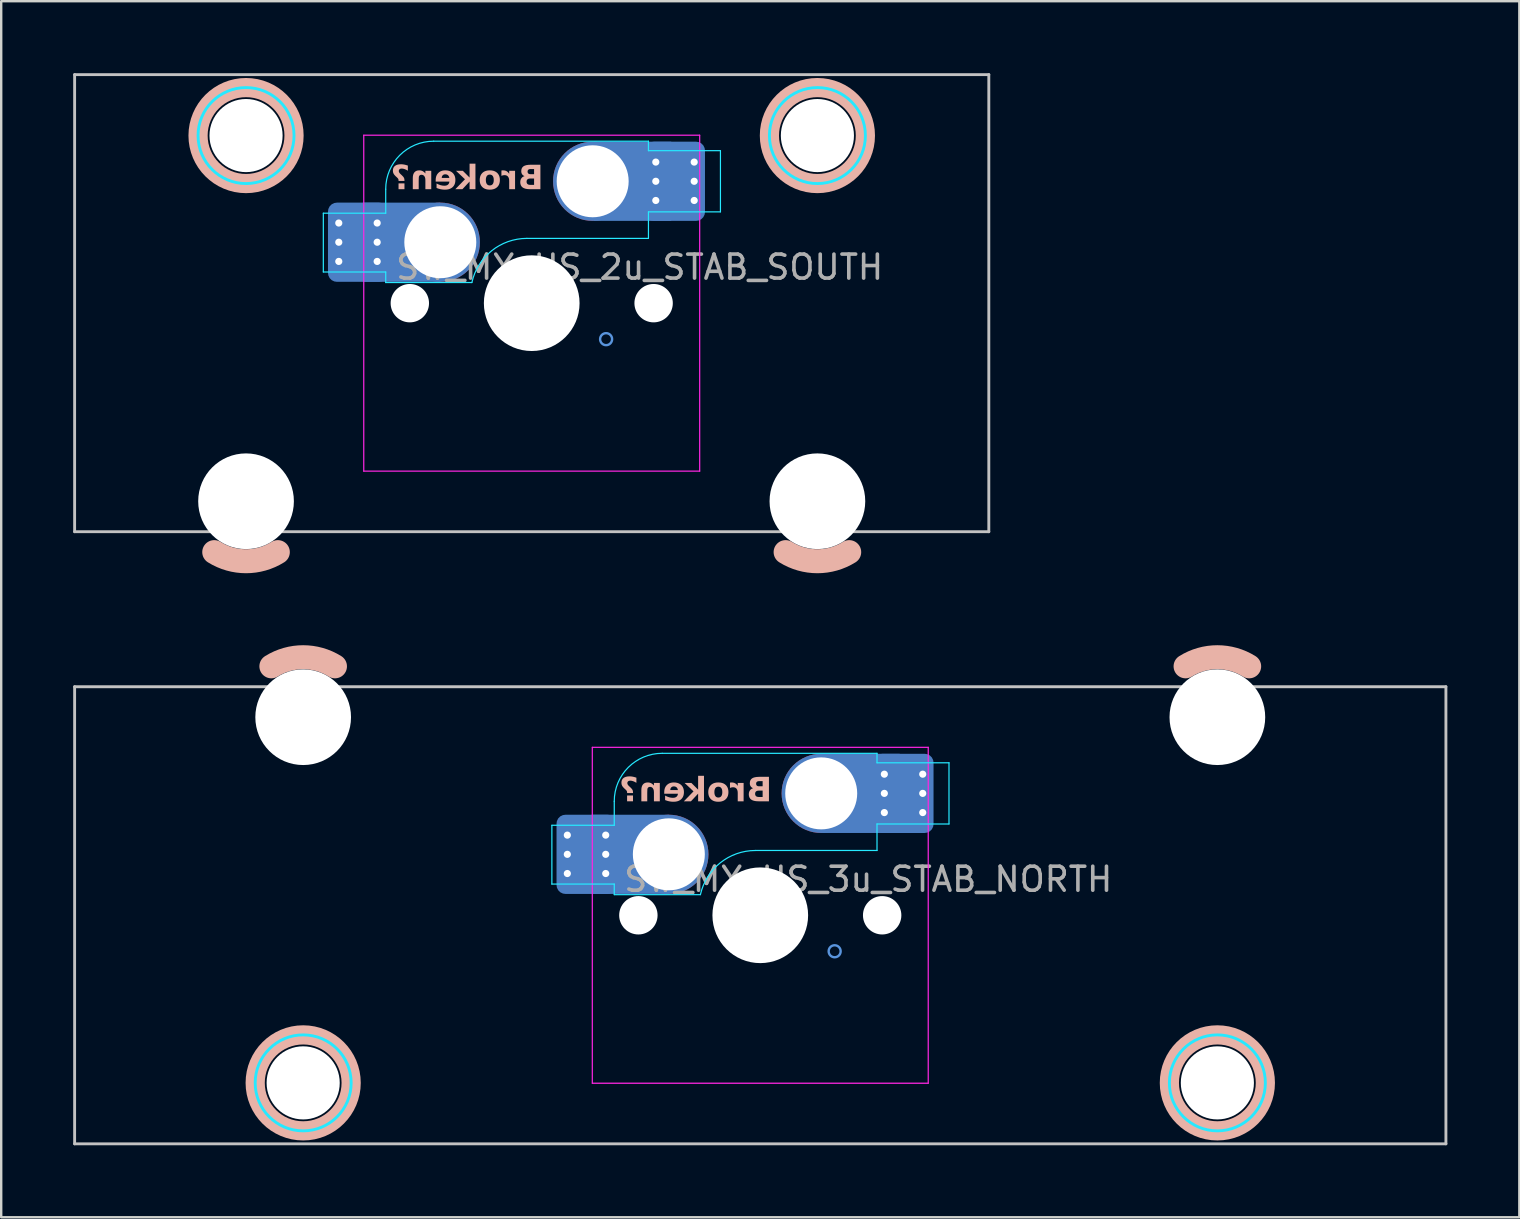
<source format=kicad_pcb>
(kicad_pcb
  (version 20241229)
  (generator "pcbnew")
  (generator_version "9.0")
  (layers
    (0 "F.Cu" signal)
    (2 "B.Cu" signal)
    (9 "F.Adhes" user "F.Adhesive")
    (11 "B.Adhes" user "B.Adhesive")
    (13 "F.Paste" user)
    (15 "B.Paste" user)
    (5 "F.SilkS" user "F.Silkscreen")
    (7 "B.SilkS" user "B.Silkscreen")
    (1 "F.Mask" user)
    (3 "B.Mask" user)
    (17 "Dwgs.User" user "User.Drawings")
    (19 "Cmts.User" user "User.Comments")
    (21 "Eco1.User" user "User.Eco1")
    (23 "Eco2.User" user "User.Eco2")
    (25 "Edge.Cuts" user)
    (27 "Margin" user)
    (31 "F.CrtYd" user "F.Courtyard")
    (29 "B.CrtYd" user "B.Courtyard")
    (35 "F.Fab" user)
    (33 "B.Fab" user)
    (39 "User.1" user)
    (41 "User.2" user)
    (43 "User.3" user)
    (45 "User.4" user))
  (footprint "SW_MX_HS_3u_STAB_NORTH"
    (layer "F.Cu")
    (at 28.635 35.095)
    (property "Reference" "SW_MX_HS_3u_STAB_NORTH" (at 4.5 -1.5 0) (layer "F.Fab") (effects (font (size 1 1) (thickness 0.15))))
    (attr smd)
    (fp_arc (start -20.374998 -10.374995) (mid -19.05 -10.755) (end -17.725002 -10.374995) (stroke (width 1) (type default)) (layer "B.SilkS"))
    (fp_arc (start 17.725002 -10.374995) (mid 19.05 -10.755) (end 20.374998 -10.374995) (stroke (width 1) (type default)) (layer "B.SilkS"))
    (fp_circle (center -19.05 6.985) (end -17.05 6.985) (stroke (width 0.8) (type solid)) (fill no) (layer "B.SilkS"))
    (fp_circle (center 19.05 6.985) (end 21.05 6.985) (stroke (width 0.8) (type solid)) (fill no) (layer "B.SilkS"))
    (fp_line (start -28.575 9.525) (end -28.575 -9.525) (stroke (width 0.12) (type solid)) (layer "Dwgs.User"))
    (fp_line (start 28.575 -9.525) (end -28.575 -9.525) (stroke (width 0.12) (type solid)) (layer "Dwgs.User"))
    (fp_line (start 28.575 9.525) (end -28.575 9.525) (stroke (width 0.12) (type solid)) (layer "Dwgs.User"))
    (fp_line (start 28.575 9.525) (end 28.575 -9.525) (stroke (width 0.12) (type solid)) (layer "Dwgs.User"))
    (fp_circle (center -3.81 -2.54) (end -3.81 -3.04) (stroke (width 0.1) (type default)) (fill no) (layer "Cmts.User"))
    (fp_circle (center 0 0) (end 0 1) (stroke (width 0.1) (type default)) (fill no) (layer "Cmts.User"))
    (fp_circle (center 2.54 -5.08) (end 2.54 -5.58) (stroke (width 0.1) (type default)) (fill no) (layer "Cmts.User"))
    (fp_circle (center 3.1 1.5) (end 3.35 1.5) (stroke (width 0.1) (type default)) (fill no) (layer "Cmts.User"))
    (fp_line (start -22.424 5.5) (end -22.425 -7.5) (stroke (width 0.05) (type solid)) (layer "Eco2.User"))
    (fp_line (start -16.175 -8) (end -21.925 -8) (stroke (width 0.05) (type solid)) (layer "Eco2.User"))
    (fp_line (start -16.175 6) (end -21.924 6) (stroke (width 0.05) (type solid)) (layer "Eco2.User"))
    (fp_line (start -15.675 5.5) (end -15.675 -7.5) (stroke (width 0.05) (type solid)) (layer "Eco2.User"))
    (fp_line (start -7 6.5) (end -7 -6.5) (stroke (width 0.05) (type solid)) (layer "Eco2.User"))
    (fp_line (start -6.5 -7) (end 6.5 -7) (stroke (width 0.05) (type solid)) (layer "Eco2.User"))
    (fp_line (start 6.5 7) (end -6.5 7) (stroke (width 0.05) (type solid)) (layer "Eco2.User"))
    (fp_line (start 7 -6.5) (end 7 6.5) (stroke (width 0.05) (type solid)) (layer "Eco2.User"))
    (fp_line (start 15.675 5.5) (end 15.675 -7.5) (stroke (width 0.05) (type solid)) (layer "Eco2.User"))
    (fp_line (start 21.925 -8) (end 16.175 -8) (stroke (width 0.05) (type solid)) (layer "Eco2.User"))
    (fp_line (start 21.925 6) (end 16.175 6) (stroke (width 0.05) (type solid)) (layer "Eco2.User"))
    (fp_line (start 22.425 5.5) (end 22.425 -7.5) (stroke (width 0.05) (type solid)) (layer "Eco2.User"))
    (fp_arc (start -22.425 -7.500001) (mid -22.278553 -7.853554) (end -21.925 -8.000001) (stroke (width 0.05) (type solid)) (layer "Eco2.User"))
    (fp_arc (start -21.923789 5.999999) (mid -22.277347 5.853557) (end -22.423789 5.499999) (stroke (width 0.05) (type solid)) (layer "Eco2.User"))
    (fp_arc (start -16.175 -8.000001) (mid -15.821447 -7.853554) (end -15.675 -7.500001) (stroke (width 0.05) (type solid)) (layer "Eco2.User"))
    (fp_arc (start -15.675 5.499999) (mid -15.821446 5.853553) (end -16.175 5.999999) (stroke (width 0.05) (type solid)) (layer "Eco2.User"))
    (fp_arc (start -7 -6.5) (mid -6.853553 -6.853553) (end -6.5 -7) (stroke (width 0.05) (type solid)) (layer "Eco2.User"))
    (fp_arc (start -6.5 7) (mid -6.853553 6.853553) (end -7 6.5) (stroke (width 0.05) (type solid)) (layer "Eco2.User"))
    (fp_arc (start 6.5 -7) (mid 6.853553 -6.853553) (end 7 -6.5) (stroke (width 0.05) (type solid)) (layer "Eco2.User"))
    (fp_arc (start 6.997236 6.498884) (mid 6.850805 6.852453) (end 6.497236 6.998884) (stroke (width 0.05) (type solid)) (layer "Eco2.User"))
    (fp_arc (start 15.675 -7.500001) (mid 15.821447 -7.853554) (end 16.175 -8.000001) (stroke (width 0.05) (type solid)) (layer "Eco2.User"))
    (fp_arc (start 16.175 5.999999) (mid 15.821447 5.853552) (end 15.675 5.499999) (stroke (width 0.05) (type solid)) (layer "Eco2.User"))
    (fp_arc (start 21.925 -8.000001) (mid 22.278553 -7.853554) (end 22.425 -7.500001) (stroke (width 0.05) (type solid)) (layer "Eco2.User"))
    (fp_arc (start 22.425 5.499999) (mid 22.278553 5.853552) (end 21.925 5.999999) (stroke (width 0.05) (type solid)) (layer "Eco2.User"))
    (fp_line (start -8.685 -3.75) (end -8.685 -1.3) (stroke (width 0.05) (type solid)) (layer "B.CrtYd"))
    (fp_line (start -8.685 -1.3) (end -6.085 -1.3) (stroke (width 0.05) (type solid)) (layer "B.CrtYd"))
    (fp_line (start -6.085 -3.75) (end -8.685 -3.75) (stroke (width 0.05) (type solid)) (layer "B.CrtYd"))
    (fp_line (start -6.085 -3.75) (end -6.085 -4.75) (stroke (width 0.05) (type solid)) (layer "B.CrtYd"))
    (fp_line (start -6.085 -1.3) (end -6.085 -0.86) (stroke (width 0.05) (type solid)) (layer "B.CrtYd"))
    (fp_line (start -6.085 -0.86) (end -2.494 -0.86) (stroke (width 0.05) (type solid)) (layer "B.CrtYd"))
    (fp_line (start -4.085 -6.75) (end 4.865 -6.75) (stroke (width 0.05) (type solid)) (layer "B.CrtYd"))
    (fp_line (start 4.865 -6.75) (end 4.865 -6.355) (stroke (width 0.05) (type solid)) (layer "B.CrtYd"))
    (fp_line (start 4.865 -6.355) (end 7.865 -6.355) (stroke (width 0.05) (type solid)) (layer "B.CrtYd"))
    (fp_line (start 4.865 -3.805) (end 4.865 -2.7) (stroke (width 0.05) (type solid)) (layer "B.CrtYd"))
    (fp_line (start 4.865 -3.805) (end 7.865 -3.805) (stroke (width 0.05) (type solid)) (layer "B.CrtYd"))
    (fp_line (start 4.865 -2.7) (end -0.2 -2.7) (stroke (width 0.05) (type solid)) (layer "B.CrtYd"))
    (fp_line (start 7.865 -3.805) (end 7.865 -6.355) (stroke (width 0.05) (type solid)) (layer "B.CrtYd"))
    (fp_arc (start -6.085176 -4.75022) (mid -5.49939 -6.164434) (end -4.085176 -6.75022) (stroke (width 0.05) (type solid)) (layer "B.CrtYd"))
    (fp_arc (start -2.494322 -0.86022) (mid -1.670503 -2.183399) (end -0.2 -2.70022) (stroke (width 0.05) (type solid)) (layer "B.CrtYd"))
    (fp_circle (center -19.05 6.985) (end -21.05 6.985) (stroke (width 0.12) (type solid)) (fill no) (layer "B.CrtYd"))
    (fp_circle (center 19.05 6.985) (end 17.05 6.985) (stroke (width 0.12) (type solid)) (fill no) (layer "B.CrtYd"))
    (fp_line (start -7 -7) (end -7 7) (stroke (width 0.05) (type solid)) (layer "F.CrtYd"))
    (fp_line (start -7 7) (end 7 7) (stroke (width 0.05) (type solid)) (layer "F.CrtYd"))
    (fp_line (start 7 -7) (end -7 -7) (stroke (width 0.05) (type solid)) (layer "F.CrtYd"))
    (fp_line (start 7 7) (end 7 -7) (stroke (width 0.05) (type solid)) (layer "F.CrtYd"))
    (fp_text user "Broken?" (at 0.49 -4.58 0) (unlocked yes) (layer "B.SilkS") (effects (font (face "Hitmo2.0") (size 1 1) (thickness 0.25) (bold yes)) (justify left bottom mirror)))
    (pad "" np_thru_hole circle (at -19.05 -8.255 180) (size 3.988 3.988) (drill 3.988) (layers "*.Cu" "*.Mask"))
    (pad "" np_thru_hole circle (at -19.05 6.985 180) (size 3.048 3.048) (drill 3.048) (layers "*.Cu" "*.Mask"))
    (pad "" np_thru_hole circle (at -5.08 0) (size 1.6 1.6) (drill 1.6) (layers "*.Cu" "*.Mask"))
    (pad "" np_thru_hole circle (at 0 0) (size 3.988 3.988) (drill 3.988) (layers "*.Cu" "*.Mask"))
    (pad "" np_thru_hole circle (at 5.08 0) (size 1.6 1.6) (drill 1.6) (layers "*.Cu" "*.Mask"))
    (pad "" np_thru_hole circle (at 19.05 -8.255 180) (size 3.988 3.988) (drill 3.988) (layers "*.Cu" "*.Mask"))
    (pad "" np_thru_hole circle (at 19.05 6.985 180) (size 3.048 3.048) (drill 3.048) (layers "*.Cu" "*.Mask"))
    (pad "1" thru_hole circle (at -8.041 -3.34 180) (size 0.6 0.6) (drill 0.3) (layers "*.Cu"))
    (pad "1" thru_hole circle (at -8.041 -2.54 180) (size 0.6 0.6) (drill 0.3) (layers "*.Cu"))
    (pad "1" thru_hole circle (at -8.041 -1.74 180) (size 0.6 0.6) (drill 0.3) (layers "*.Cu"))
    (pad "1" smd roundrect (at -7.241 -2.54 180) (size 2.2 3) (layers "B.Cu" "B.Mask" "B.Paste") (roundrect_rratio 0.114))
    (pad "1" smd roundrect (at -7.241 -2.54 180) (size 2.5 3.3) (layers "B.Cu") (roundrect_rratio 0.148))
    (pad "1" thru_hole circle (at -6.441 -3.34 180) (size 0.6 0.6) (drill 0.3) (layers "*.Cu"))
    (pad "1" thru_hole circle (at -6.441 -2.54 180) (size 0.6 0.6) (drill 0.3) (layers "*.Cu"))
    (pad "1" thru_hole circle (at -6.441 -1.74 180) (size 0.6 0.6) (drill 0.3) (layers "*.Cu"))
    (pad "1" smd rect (at -5.423 -2.54 180) (size 3.226 3.3) (layers "B.Cu"))
    (pad "1" thru_hole circle (at -3.81 -2.54 180) (size 3 3) (drill 3) (layers "*.Cu" "*.Mask"))
    (pad "1" smd circle (at -3.81 -2.54 180) (size 3.3 3.3) (layers "F.Cu"))
    (pad "1" smd circle (at -3.81 -2.54 180) (size 3.3 3.3) (layers "B.Cu"))
    (pad "2" thru_hole circle (at 2.54 -5.08) (size 3 3) (drill 3) (layers "*.Cu" "*.Mask"))
    (pad "2" smd circle (at 2.54 -5.08 180) (size 3.3 3.3) (layers "F.Cu"))
    (pad "2" smd circle (at 2.54 -5.08 180) (size 3.3 3.3) (layers "B.Cu"))
    (pad "2" smd rect (at 4.201 -5.08) (size 3.226 3.3) (layers "B.Cu"))
    (pad "2" thru_hole circle (at 5.171 -5.88) (size 0.6 0.6) (drill 0.3) (layers "*.Cu"))
    (pad "2" thru_hole circle (at 5.171 -5.08) (size 0.6 0.6) (drill 0.3) (layers "*.Cu"))
    (pad "2" thru_hole circle (at 5.171 -4.28) (size 0.6 0.6) (drill 0.3) (layers "*.Cu"))
    (pad "2" smd roundrect (at 5.971 -5.08) (size 2.2 3) (layers "B.Cu" "B.Mask" "B.Paste") (roundrect_rratio 0.114))
    (pad "2" smd roundrect (at 5.971 -5.08) (size 2.5 3.3) (layers "B.Cu") (roundrect_rratio 0.148))
    (pad "2" thru_hole circle (at 6.771 -5.88) (size 0.6 0.6) (drill 0.3) (layers "*.Cu"))
    (pad "2" thru_hole circle (at 6.771 -5.08) (size 0.6 0.6) (drill 0.3) (layers "*.Cu"))
    (pad "2" thru_hole circle (at 6.771 -4.28) (size 0.6 0.6) (drill 0.3) (layers "*.Cu")))
  (footprint "SW_MX_HS_2u_STAB_SOUTH"
    (layer "F.Cu")
    (at 19.11 9.585)
    (property "Reference" "SW_MX_HS_2u_STAB_SOUTH" (at 4.5 -1.5 0) (layer "F.Fab") (effects (font (size 1 1) (thickness 0.15))))
    (attr smd)
    (fp_arc (start -10.581252 10.374995) (mid -11.90625 10.755) (end -13.231248 10.374995) (stroke (width 1) (type default)) (layer "B.SilkS"))
    (fp_arc (start 13.231248 10.374995) (mid 11.90625 10.755) (end 10.581252 10.374995) (stroke (width 1) (type default)) (layer "B.SilkS"))
    (fp_circle (center -11.906 -6.985) (end -13.906 -6.985) (stroke (width 0.8) (type solid)) (fill no) (layer "B.SilkS"))
    (fp_circle (center 11.906 -6.985) (end 9.906 -6.985) (stroke (width 0.8) (type solid)) (fill no) (layer "B.SilkS"))
    (fp_line (start -19.05 -9.525) (end -19.05 9.525) (stroke (width 0.12) (type solid)) (layer "Dwgs.User"))
    (fp_line (start -19.05 -9.525) (end 19.05 -9.525) (stroke (width 0.12) (type solid)) (layer "Dwgs.User"))
    (fp_line (start -19.05 9.525) (end 19.05 9.525) (stroke (width 0.12) (type solid)) (layer "Dwgs.User"))
    (fp_line (start 19.05 -9.525) (end 19.05 9.525) (stroke (width 0.12) (type solid)) (layer "Dwgs.User"))
    (fp_circle (center -3.81 -2.54) (end -3.81 -3.04) (stroke (width 0.1) (type default)) (fill no) (layer "Cmts.User"))
    (fp_circle (center 2.54 -5.08) (end 2.54 -5.58) (stroke (width 0.1) (type default)) (fill no) (layer "Cmts.User"))
    (fp_circle (center 3.1 1.5) (end 3.35 1.5) (stroke (width 0.1) (type default)) (fill no) (layer "Cmts.User"))
    (fp_line (start -15.281 -5.5) (end -15.281 7.5) (stroke (width 0.05) (type solid)) (layer "Eco2.User"))
    (fp_line (start -14.781 -6) (end -9.031 -6) (stroke (width 0.05) (type solid)) (layer "Eco2.User"))
    (fp_line (start -14.781 8) (end -9.031 8) (stroke (width 0.05) (type solid)) (layer "Eco2.User"))
    (fp_line (start -8.531 -5.5) (end -8.531 7.5) (stroke (width 0.05) (type solid)) (layer "Eco2.User"))
    (fp_line (start -7 6.5) (end -7 -6.5) (stroke (width 0.05) (type solid)) (layer "Eco2.User"))
    (fp_line (start -6.5 -7) (end 6.5 -7) (stroke (width 0.05) (type solid)) (layer "Eco2.User"))
    (fp_line (start 6.5 7) (end -6.5 7) (stroke (width 0.05) (type solid)) (layer "Eco2.User"))
    (fp_line (start 7 -6.5) (end 7 6.5) (stroke (width 0.05) (type solid)) (layer "Eco2.User"))
    (fp_line (start 8.531 -5.5) (end 8.531 7.5) (stroke (width 0.05) (type solid)) (layer "Eco2.User"))
    (fp_line (start 9.031 -6) (end 14.78 -6) (stroke (width 0.05) (type solid)) (layer "Eco2.User"))
    (fp_line (start 9.031 8) (end 14.781 8) (stroke (width 0.05) (type solid)) (layer "Eco2.User"))
    (fp_line (start 15.28 -5.5) (end 15.281 7.5) (stroke (width 0.05) (type solid)) (layer "Eco2.User"))
    (fp_arc (start -15.28125 -5.499999) (mid -15.134803 -5.853552) (end -14.78125 -5.999999) (stroke (width 0.05) (type solid)) (layer "Eco2.User"))
    (fp_arc (start -14.78125 8.000001) (mid -15.134803 7.853554) (end -15.28125 7.500001) (stroke (width 0.05) (type solid)) (layer "Eco2.User"))
    (fp_arc (start -9.03125 -5.999999) (mid -8.677697 -5.853552) (end -8.53125 -5.499999) (stroke (width 0.05) (type solid)) (layer "Eco2.User"))
    (fp_arc (start -8.53125 7.500001) (mid -8.677697 7.853554) (end -9.03125 8.000001) (stroke (width 0.05) (type solid)) (layer "Eco2.User"))
    (fp_arc (start -7 -6.5) (mid -6.853553 -6.853553) (end -6.5 -7) (stroke (width 0.05) (type solid)) (layer "Eco2.User"))
    (fp_arc (start -6.5 7) (mid -6.853553 6.853553) (end -7 6.5) (stroke (width 0.05) (type solid)) (layer "Eco2.User"))
    (fp_arc (start 6.5 -7) (mid 6.853553 -6.853553) (end 7 -6.5) (stroke (width 0.05) (type solid)) (layer "Eco2.User"))
    (fp_arc (start 6.997236 6.498884) (mid 6.850805 6.852453) (end 6.497236 6.998884) (stroke (width 0.05) (type solid)) (layer "Eco2.User"))
    (fp_arc (start 8.53125 -5.499999) (mid 8.677685 -5.853564) (end 9.03125 -5.999999) (stroke (width 0.05) (type solid)) (layer "Eco2.User"))
    (fp_arc (start 9.03125 8.000001) (mid 8.677722 7.853529) (end 8.53125 7.500001) (stroke (width 0.05) (type solid)) (layer "Eco2.User"))
    (fp_arc (start 14.780039 -5.999999) (mid 15.133573 -5.853533) (end 15.280039 -5.499999) (stroke (width 0.05) (type solid)) (layer "Eco2.User"))
    (fp_arc (start 15.28125 7.500001) (mid 15.134813 7.853564) (end 14.78125 8.000001) (stroke (width 0.05) (type solid)) (layer "Eco2.User"))
    (fp_line (start -8.685 -3.75) (end -8.685 -1.3) (stroke (width 0.05) (type solid)) (layer "B.CrtYd"))
    (fp_line (start -8.685 -1.3) (end -6.085 -1.3) (stroke (width 0.05) (type solid)) (layer "B.CrtYd"))
    (fp_line (start -6.085 -3.75) (end -8.685 -3.75) (stroke (width 0.05) (type solid)) (layer "B.CrtYd"))
    (fp_line (start -6.085 -3.75) (end -6.085 -4.75) (stroke (width 0.05) (type solid)) (layer "B.CrtYd"))
    (fp_line (start -6.085 -1.3) (end -6.085 -0.86) (stroke (width 0.05) (type solid)) (layer "B.CrtYd"))
    (fp_line (start -6.085 -0.86) (end -2.494 -0.86) (stroke (width 0.05) (type solid)) (layer "B.CrtYd"))
    (fp_line (start -4.085 -6.75) (end 4.865 -6.75) (stroke (width 0.05) (type solid)) (layer "B.CrtYd"))
    (fp_line (start 4.865 -6.75) (end 4.865 -6.355) (stroke (width 0.05) (type solid)) (layer "B.CrtYd"))
    (fp_line (start 4.865 -6.355) (end 7.865 -6.355) (stroke (width 0.05) (type solid)) (layer "B.CrtYd"))
    (fp_line (start 4.865 -3.805) (end 4.865 -2.7) (stroke (width 0.05) (type solid)) (layer "B.CrtYd"))
    (fp_line (start 4.865 -3.805) (end 7.865 -3.805) (stroke (width 0.05) (type solid)) (layer "B.CrtYd"))
    (fp_line (start 4.865 -2.7) (end -0.2 -2.7) (stroke (width 0.05) (type solid)) (layer "B.CrtYd"))
    (fp_line (start 7.865 -3.805) (end 7.865 -6.355) (stroke (width 0.05) (type solid)) (layer "B.CrtYd"))
    (fp_arc (start -6.085176 -4.75022) (mid -5.49939 -6.164434) (end -4.085176 -6.75022) (stroke (width 0.05) (type solid)) (layer "B.CrtYd"))
    (fp_arc (start -2.494322 -0.86022) (mid -1.670503 -2.183399) (end -0.2 -2.70022) (stroke (width 0.05) (type solid)) (layer "B.CrtYd"))
    (fp_circle (center -11.906 -6.985) (end -9.906 -6.985) (stroke (width 0.12) (type solid)) (fill no) (layer "B.CrtYd"))
    (fp_circle (center 11.906 -6.985) (end 13.906 -6.985) (stroke (width 0.12) (type solid)) (fill no) (layer "B.CrtYd"))
    (fp_line (start -7 -7) (end -7 7) (stroke (width 0.05) (type solid)) (layer "F.CrtYd"))
    (fp_line (start -7 7) (end 7 7) (stroke (width 0.05) (type solid)) (layer "F.CrtYd"))
    (fp_line (start 7 -7) (end -7 -7) (stroke (width 0.05) (type solid)) (layer "F.CrtYd"))
    (fp_line (start 7 7) (end 7 -7) (stroke (width 0.05) (type solid)) (layer "F.CrtYd"))
    (fp_text user "Broken?" (at 0.49 -4.58 0) (unlocked yes) (layer "B.SilkS") (effects (font (face "Hitmo2.0") (size 1 1) (thickness 0.25) (bold yes)) (justify left bottom mirror)))
    (pad "" np_thru_hole circle (at -11.906 -6.985) (size 3.048 3.048) (drill 3.048) (layers "*.Cu" "*.Mask"))
    (pad "" np_thru_hole circle (at -11.906 8.255) (size 3.988 3.988) (drill 3.988) (layers "*.Cu" "*.Mask"))
    (pad "" np_thru_hole circle (at -5.08 0) (size 1.6 1.6) (drill 1.6) (layers "*.Cu" "*.Mask"))
    (pad "" np_thru_hole circle (at 0 0) (size 3.988 3.988) (drill 3.988) (layers "*.Cu" "*.Mask"))
    (pad "" np_thru_hole circle (at 5.08 0) (size 1.6 1.6) (drill 1.6) (layers "*.Cu" "*.Mask"))
    (pad "" np_thru_hole circle (at 11.906 -6.985) (size 3.048 3.048) (drill 3.048) (layers "*.Cu" "*.Mask"))
    (pad "" np_thru_hole circle (at 11.906 8.255) (size 3.988 3.988) (drill 3.988) (layers "*.Cu" "*.Mask"))
    (pad "1" thru_hole circle (at -8.041 -3.34 180) (size 0.6 0.6) (drill 0.3) (layers "*.Cu"))
    (pad "1" thru_hole circle (at -8.041 -2.54 180) (size 0.6 0.6) (drill 0.3) (layers "*.Cu"))
    (pad "1" thru_hole circle (at -8.041 -1.74 180) (size 0.6 0.6) (drill 0.3) (layers "*.Cu"))
    (pad "1" smd roundrect (at -7.241 -2.54 180) (size 2.2 3) (layers "B.Cu" "B.Mask" "B.Paste") (roundrect_rratio 0.114))
    (pad "1" smd roundrect (at -7.241 -2.54 180) (size 2.5 3.3) (layers "B.Cu") (roundrect_rratio 0.148))
    (pad "1" thru_hole circle (at -6.441 -3.34 180) (size 0.6 0.6) (drill 0.3) (layers "*.Cu"))
    (pad "1" thru_hole circle (at -6.441 -2.54 180) (size 0.6 0.6) (drill 0.3) (layers "*.Cu"))
    (pad "1" thru_hole circle (at -6.441 -1.74 180) (size 0.6 0.6) (drill 0.3) (layers "*.Cu"))
    (pad "1" smd rect (at -5.423 -2.54 180) (size 3.226 3.3) (layers "B.Cu"))
    (pad "1" thru_hole circle (at -3.81 -2.54 180) (size 3 3) (drill 3) (layers "*.Cu" "*.Mask"))
    (pad "1" smd circle (at -3.81 -2.54 180) (size 3.3 3.3) (layers "F.Cu"))
    (pad "1" smd circle (at -3.81 -2.54 180) (size 3.3 3.3) (layers "B.Cu"))
    (pad "2" thru_hole circle (at 2.54 -5.08) (size 3 3) (drill 3) (layers "*.Cu" "*.Mask"))
    (pad "2" smd circle (at 2.54 -5.08 180) (size 3.3 3.3) (layers "F.Cu"))
    (pad "2" smd circle (at 2.54 -5.08 180) (size 3.3 3.3) (layers "B.Cu"))
    (pad "2" smd rect (at 4.201 -5.08) (size 3.226 3.3) (layers "B.Cu"))
    (pad "2" thru_hole circle (at 5.171 -5.88) (size 0.6 0.6) (drill 0.3) (layers "*.Cu"))
    (pad "2" thru_hole circle (at 5.171 -5.08) (size 0.6 0.6) (drill 0.3) (layers "*.Cu"))
    (pad "2" thru_hole circle (at 5.171 -4.28) (size 0.6 0.6) (drill 0.3) (layers "*.Cu"))
    (pad "2" smd roundrect (at 5.971 -5.08) (size 2.2 3) (layers "B.Cu" "B.Mask" "B.Paste") (roundrect_rratio 0.114))
    (pad "2" smd roundrect (at 5.971 -5.08) (size 2.5 3.3) (layers "B.Cu") (roundrect_rratio 0.148))
    (pad "2" thru_hole circle (at 6.771 -5.88) (size 0.6 0.6) (drill 0.3) (layers "*.Cu"))
    (pad "2" thru_hole circle (at 6.771 -5.08) (size 0.6 0.6) (drill 0.3) (layers "*.Cu"))
    (pad "2" thru_hole circle (at 6.771 -4.28) (size 0.6 0.6) (drill 0.3) (layers "*.Cu")))
  (gr_rect
    (start -3 -3)
    (end 60.27 47.68)
    (stroke (width 0.1) (type default))
    (fill no)
    (layer "Edge.Cuts")))
</source>
